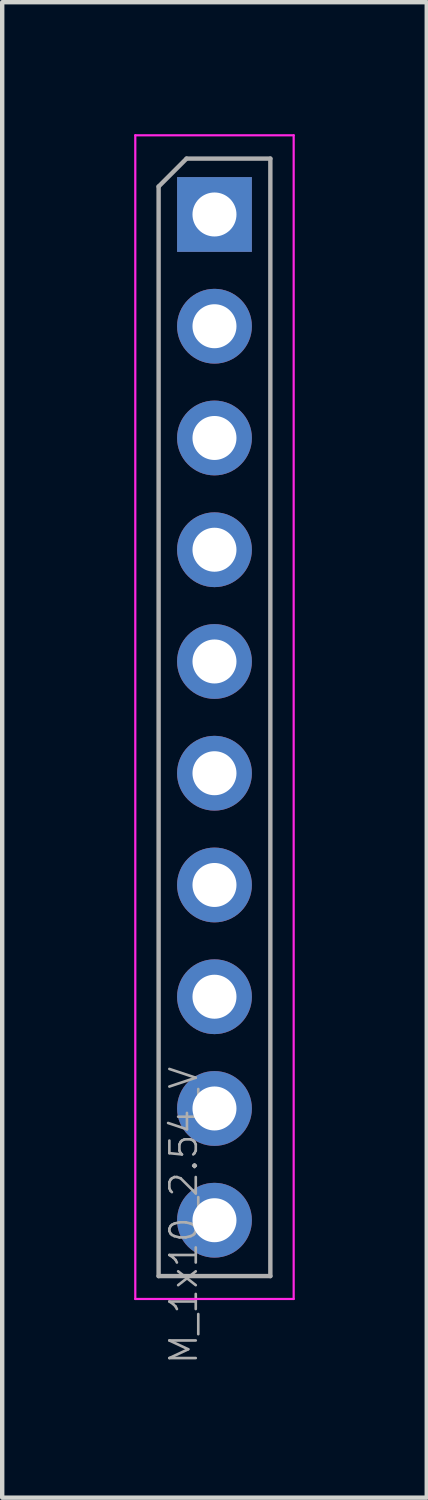
<source format=kicad_pcb>
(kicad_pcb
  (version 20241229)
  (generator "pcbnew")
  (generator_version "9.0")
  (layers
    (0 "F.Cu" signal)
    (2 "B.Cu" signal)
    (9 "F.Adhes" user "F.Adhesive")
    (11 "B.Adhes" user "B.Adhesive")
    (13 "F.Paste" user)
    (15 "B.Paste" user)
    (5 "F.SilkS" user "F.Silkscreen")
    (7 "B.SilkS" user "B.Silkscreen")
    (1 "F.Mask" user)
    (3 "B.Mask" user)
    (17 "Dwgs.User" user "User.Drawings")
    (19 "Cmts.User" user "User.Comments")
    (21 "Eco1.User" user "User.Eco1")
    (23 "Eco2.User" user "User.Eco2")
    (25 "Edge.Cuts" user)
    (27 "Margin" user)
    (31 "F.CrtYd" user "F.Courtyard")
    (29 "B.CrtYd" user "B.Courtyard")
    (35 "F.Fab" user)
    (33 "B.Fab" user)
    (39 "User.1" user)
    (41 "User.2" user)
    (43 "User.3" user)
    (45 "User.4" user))
  (footprint "M_1x10_2.54_V"
    (layer "F.Cu")
    (at 1.825 1.825)
    (property "Reference" "M_1x10_2.54_V" (at -0.7 22.75 90) (unlocked yes) (layer "F.Fab") (effects (font (size 0.6 0.6) (thickness 0.06))))
    (attr through_hole)
    (fp_line (start -1.8 -1.8) (end -1.8 24.65) (stroke (width 0.05) (type solid)) (layer "F.CrtYd"))
    (fp_line (start -1.8 24.65) (end 1.8 24.65) (stroke (width 0.05) (type solid)) (layer "F.CrtYd"))
    (fp_line (start 1.8 -1.8) (end -1.8 -1.8) (stroke (width 0.05) (type solid)) (layer "F.CrtYd"))
    (fp_line (start 1.8 24.65) (end 1.8 -1.8) (stroke (width 0.05) (type solid)) (layer "F.CrtYd"))
    (fp_line (start -1.27 -0.635) (end -0.635 -1.27) (stroke (width 0.1) (type solid)) (layer "F.Fab"))
    (fp_line (start -1.27 24.13) (end -1.27 -0.635) (stroke (width 0.1) (type solid)) (layer "F.Fab"))
    (fp_line (start -0.635 -1.27) (end 1.27 -1.27) (stroke (width 0.1) (type solid)) (layer "F.Fab"))
    (fp_line (start 1.27 -1.27) (end 1.27 24.13) (stroke (width 0.1) (type solid)) (layer "F.Fab"))
    (fp_line (start 1.27 24.13) (end -1.27 24.13) (stroke (width 0.1) (type solid)) (layer "F.Fab"))
    (pad "1" thru_hole rect (at 0 0) (size 1.7 1.7) (drill 1) (layers "*.Cu" "*.Mask"))
    (pad "2" thru_hole oval (at 0 2.54) (size 1.7 1.7) (drill 1) (layers "*.Cu" "*.Mask"))
    (pad "3" thru_hole oval (at 0 5.08) (size 1.7 1.7) (drill 1) (layers "*.Cu" "*.Mask"))
    (pad "4" thru_hole oval (at 0 7.62) (size 1.7 1.7) (drill 1) (layers "*.Cu" "*.Mask"))
    (pad "5" thru_hole oval (at 0 10.16) (size 1.7 1.7) (drill 1) (layers "*.Cu" "*.Mask"))
    (pad "6" thru_hole oval (at 0 12.7) (size 1.7 1.7) (drill 1) (layers "*.Cu" "*.Mask"))
    (pad "7" thru_hole oval (at 0 15.24) (size 1.7 1.7) (drill 1) (layers "*.Cu" "*.Mask"))
    (pad "8" thru_hole oval (at 0 17.78) (size 1.7 1.7) (drill 1) (layers "*.Cu" "*.Mask"))
    (pad "9" thru_hole oval (at 0 20.32) (size 1.7 1.7) (drill 1) (layers "*.Cu" "*.Mask"))
    (pad "10" thru_hole oval (at 0 22.86) (size 1.7 1.7) (drill 1) (layers "*.Cu" "*.Mask")))
  (gr_rect
    (start -3 -3)
    (end 6.65 30.991)
    (stroke (width 0.1) (type default))
    (fill no)
    (layer "Edge.Cuts")))
</source>
